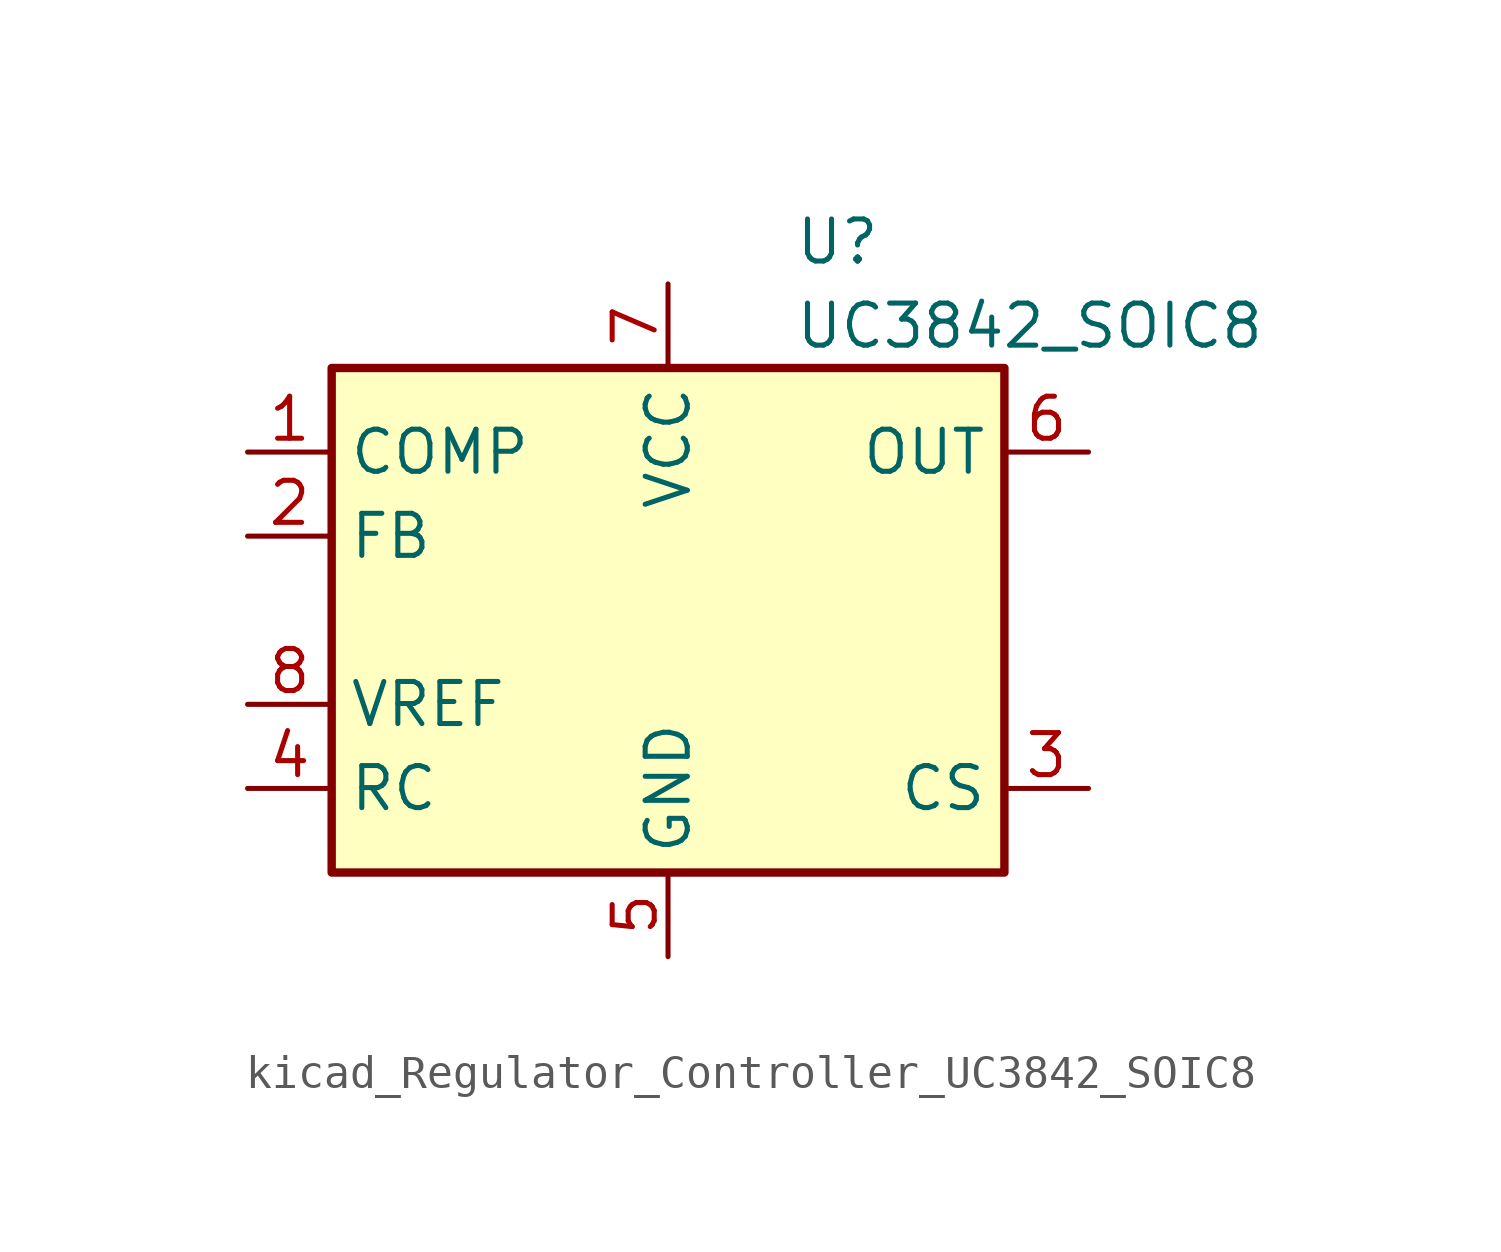
<source format=kicad_sym>
(kicad_symbol_lib
  (version 20220914)
  (generator kicad_symbol_editor)
  (symbol "kicad_Regulator_Controller_UC3842_SOIC8"
    (property "Reference" "U"
      (at 3.81 11.43 0)
      (effects (font (size 1.27 1.27)) (justify left)))
    (property "Value" "UC3842_SOIC8"
      (at 3.81 8.89 0)
      (effects (font (size 1.27 1.27)) (justify left)))
    (symbol "kicad_Regulator_Controller_UC3842_SOIC8_0_1"
      (rectangle (start -10.16 -7.62) (end 10.16 7.62) (stroke (width 0.254) (type default)) (fill (type background))))
    (symbol "kicad_Regulator_Controller_UC3842_SOIC8_1_1"
      (pin passive line (at -12.7 5.08 0) (length 2.54) (name "COMP" (effects (font (size 1.27 1.27)))) (number "1" (effects (font (size 1.27 1.27)))))
      (pin input line (at -12.7 2.54 0) (length 2.54) (name "FB" (effects (font (size 1.27 1.27)))) (number "2" (effects (font (size 1.27 1.27)))))
      (pin input line (at 12.7 -5.08 180) (length 2.54) (name "CS" (effects (font (size 1.27 1.27)))) (number "3" (effects (font (size 1.27 1.27)))))
      (pin passive line (at -12.7 -5.08 0) (length 2.54) (name "RC" (effects (font (size 1.27 1.27)))) (number "4" (effects (font (size 1.27 1.27)))))
      (pin power_in line (at 0 -10.16 90) (length 2.54) (name "GND" (effects (font (size 1.27 1.27)))) (number "5" (effects (font (size 1.27 1.27)))))
      (pin output line (at 12.7 5.08 180) (length 2.54) (name "OUT" (effects (font (size 1.27 1.27)))) (number "6" (effects (font (size 1.27 1.27)))))
      (pin power_in line (at 0 10.16 270) (length 2.54) (name "VCC" (effects (font (size 1.27 1.27)))) (number "7" (effects (font (size 1.27 1.27)))))
      (pin power_out line (at -12.7 -2.54 0) (length 2.54) (name "VREF" (effects (font (size 1.27 1.27)))) (number "8" (effects (font (size 1.27 1.27))))))))
</source>
